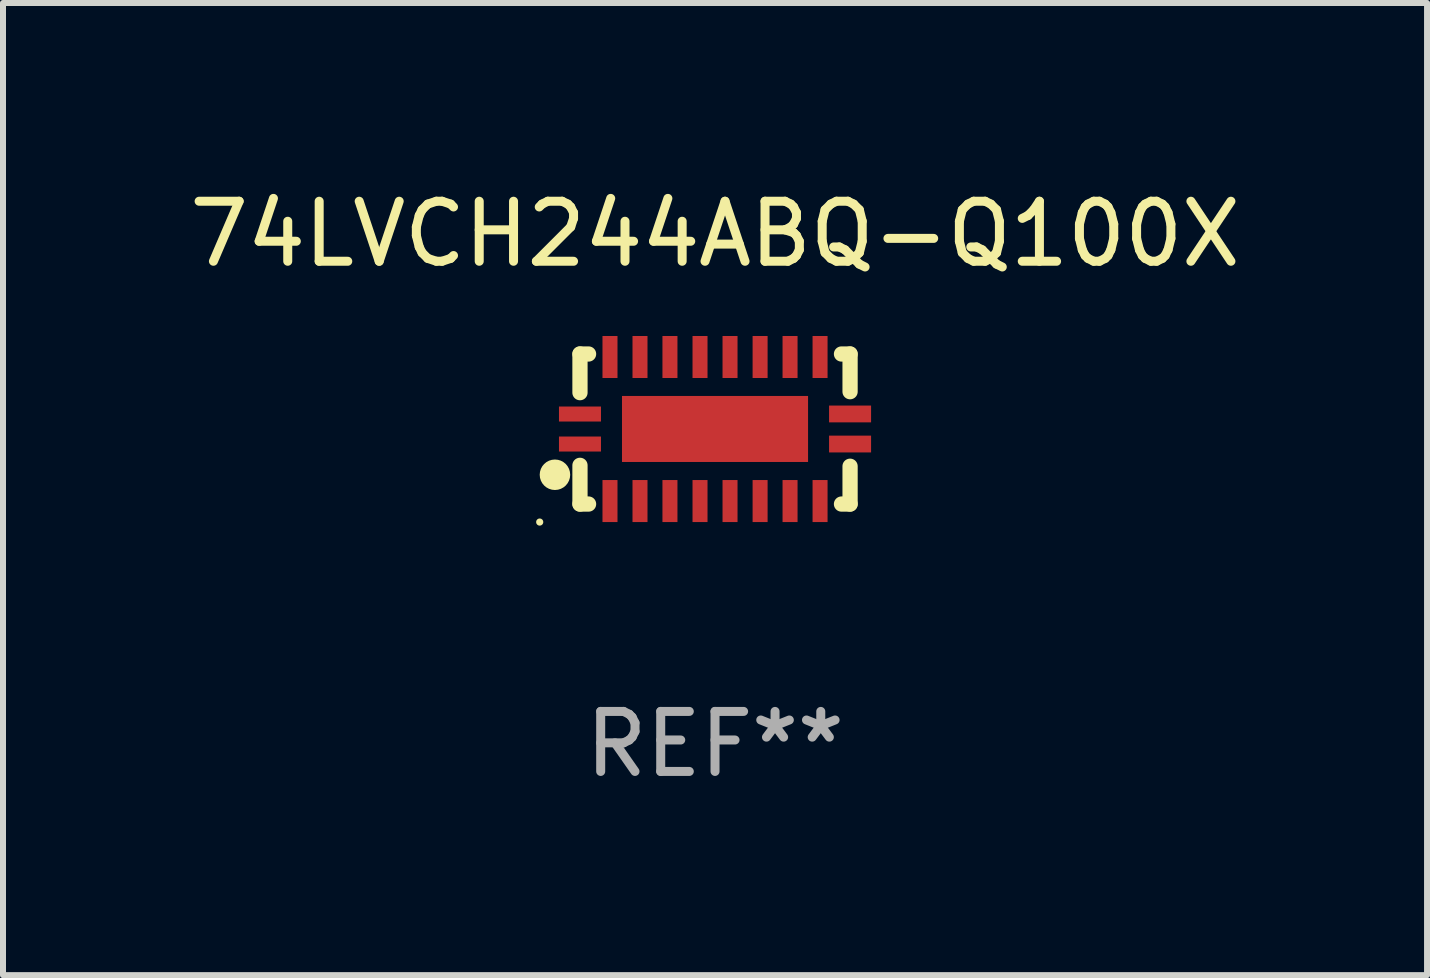
<source format=kicad_pcb>
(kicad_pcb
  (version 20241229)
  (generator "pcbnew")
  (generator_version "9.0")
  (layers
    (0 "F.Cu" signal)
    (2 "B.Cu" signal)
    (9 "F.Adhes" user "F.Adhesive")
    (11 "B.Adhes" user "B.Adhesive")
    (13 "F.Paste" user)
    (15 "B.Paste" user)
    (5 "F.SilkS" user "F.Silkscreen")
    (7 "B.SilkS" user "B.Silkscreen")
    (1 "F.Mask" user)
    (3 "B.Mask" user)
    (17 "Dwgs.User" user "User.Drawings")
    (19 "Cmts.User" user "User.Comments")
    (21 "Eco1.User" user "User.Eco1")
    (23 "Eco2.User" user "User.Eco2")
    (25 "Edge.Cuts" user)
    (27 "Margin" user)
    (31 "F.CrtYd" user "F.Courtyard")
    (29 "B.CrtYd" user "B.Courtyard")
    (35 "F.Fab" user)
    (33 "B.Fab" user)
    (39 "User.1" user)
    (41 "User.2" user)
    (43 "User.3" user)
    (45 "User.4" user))
  (footprint "74LVCH244ABQ-Q100X"
    (layer "F.Cu")
    (at 8.863 4.098)
    (property "Reference" "74LVCH244ABQ-Q100X" (at 0 -3.25 0) (layer "F.SilkS") (effects (font (size 1 1) (thickness 0.15))))
    (attr through_hole)
    (fp_line (start -2.25 0.605) (end -2.25 1.25) (stroke (width 0.254) (type solid)) (layer "F.SilkS"))
    (fp_line (start -2.25 1.25) (end -2.107 1.25) (stroke (width 0.254) (type solid)) (layer "F.SilkS"))
    (fp_line (start -2.25 -1.25) (end -2.25 -0.606) (stroke (width 0.254) (type solid)) (layer "F.SilkS"))
    (fp_line (start -2.25 -1.25) (end -2.107 -1.25) (stroke (width 0.254) (type solid)) (layer "F.SilkS"))
    (fp_line (start 2.107 -1.25) (end 2.25 -1.25) (stroke (width 0.254) (type solid)) (layer "F.SilkS"))
    (fp_line (start 2.107 1.25) (end 2.25 1.25) (stroke (width 0.254) (type solid)) (layer "F.SilkS"))
    (fp_line (start 2.25 -1.25) (end 2.25 -0.622) (stroke (width 0.254) (type solid)) (layer "F.SilkS"))
    (fp_line (start 2.25 0.62) (end 2.25 1.25) (stroke (width 0.254) (type solid)) (layer "F.SilkS"))
    (fp_circle (center -2.921 1.55) (end -2.891 1.55) (stroke (width 0.06) (type solid)) (fill no) (layer "F.SilkS"))
    (fp_circle (center -2.667 0.762) (end -2.54 0.762) (stroke (width 0.254) (type solid)) (fill no) (layer "F.SilkS"))
    (fp_text user "REF**" (at 0 5.25 0) (layer "F.Fab") (effects (font (size 1 1) (thickness 0.15))))
    (pad "1" smd rect (at -2.25 0.25 180) (size 0.7 0.25) (layers "F.Cu" "F.Mask" "F.Paste"))
    (pad "2" smd rect (at -1.75 1.2 90) (size 0.7 0.25) (layers "F.Cu" "F.Mask" "F.Paste"))
    (pad "3" smd rect (at -1.25 1.2 90) (size 0.7 0.25) (layers "F.Cu" "F.Mask" "F.Paste"))
    (pad "4" smd rect (at -0.751 1.2 90) (size 0.7 0.25) (layers "F.Cu" "F.Mask" "F.Paste"))
    (pad "5" smd rect (at -0.25 1.2 90) (size 0.7 0.25) (layers "F.Cu" "F.Mask" "F.Paste"))
    (pad "6" smd rect (at 0.25 1.2 90) (size 0.7 0.25) (layers "F.Cu" "F.Mask" "F.Paste"))
    (pad "7" smd rect (at 0.751 1.2 90) (size 0.7 0.25) (layers "F.Cu" "F.Mask" "F.Paste"))
    (pad "8" smd rect (at 1.25 1.2 90) (size 0.7 0.25) (layers "F.Cu" "F.Mask" "F.Paste"))
    (pad "9" smd rect (at 1.75 1.2 90) (size 0.7 0.25) (layers "F.Cu" "F.Mask" "F.Paste"))
    (pad "10" smd rect (at 2.25 0.25 180) (size 0.7 0.28) (layers "F.Cu" "F.Mask" "F.Paste"))
    (pad "11" smd rect (at 2.25 -0.251 180) (size 0.7 0.28) (layers "F.Cu" "F.Mask" "F.Paste"))
    (pad "12" smd rect (at 1.75 -1.2 90) (size 0.7 0.25) (layers "F.Cu" "F.Mask" "F.Paste"))
    (pad "13" smd rect (at 1.25 -1.2 90) (size 0.7 0.25) (layers "F.Cu" "F.Mask" "F.Paste"))
    (pad "14" smd rect (at 0.751 -1.2 90) (size 0.7 0.25) (layers "F.Cu" "F.Mask" "F.Paste"))
    (pad "15" smd rect (at 0.25 -1.2 90) (size 0.7 0.25) (layers "F.Cu" "F.Mask" "F.Paste"))
    (pad "16" smd rect (at -0.25 -1.2 90) (size 0.7 0.25) (layers "F.Cu" "F.Mask" "F.Paste"))
    (pad "17" smd rect (at -0.751 -1.2 90) (size 0.7 0.25) (layers "F.Cu" "F.Mask" "F.Paste"))
    (pad "18" smd rect (at -1.25 -1.2 90) (size 0.7 0.25) (layers "F.Cu" "F.Mask" "F.Paste"))
    (pad "19" smd rect (at -1.75 -1.2 90) (size 0.7 0.25) (layers "F.Cu" "F.Mask" "F.Paste"))
    (pad "20" smd rect (at -2.25 -0.25 180) (size 0.7 0.25) (layers "F.Cu" "F.Mask" "F.Paste"))
    (pad "21" smd rect (at 0 -0.001 180) (size 3.1 1.1) (layers "F.Cu" "F.Mask" "F.Paste")))
  (gr_rect
    (start -3 -3)
    (end 20.726 13.197)
    (stroke (width 0.1) (type default))
    (fill no)
    (layer "Edge.Cuts")))
</source>
